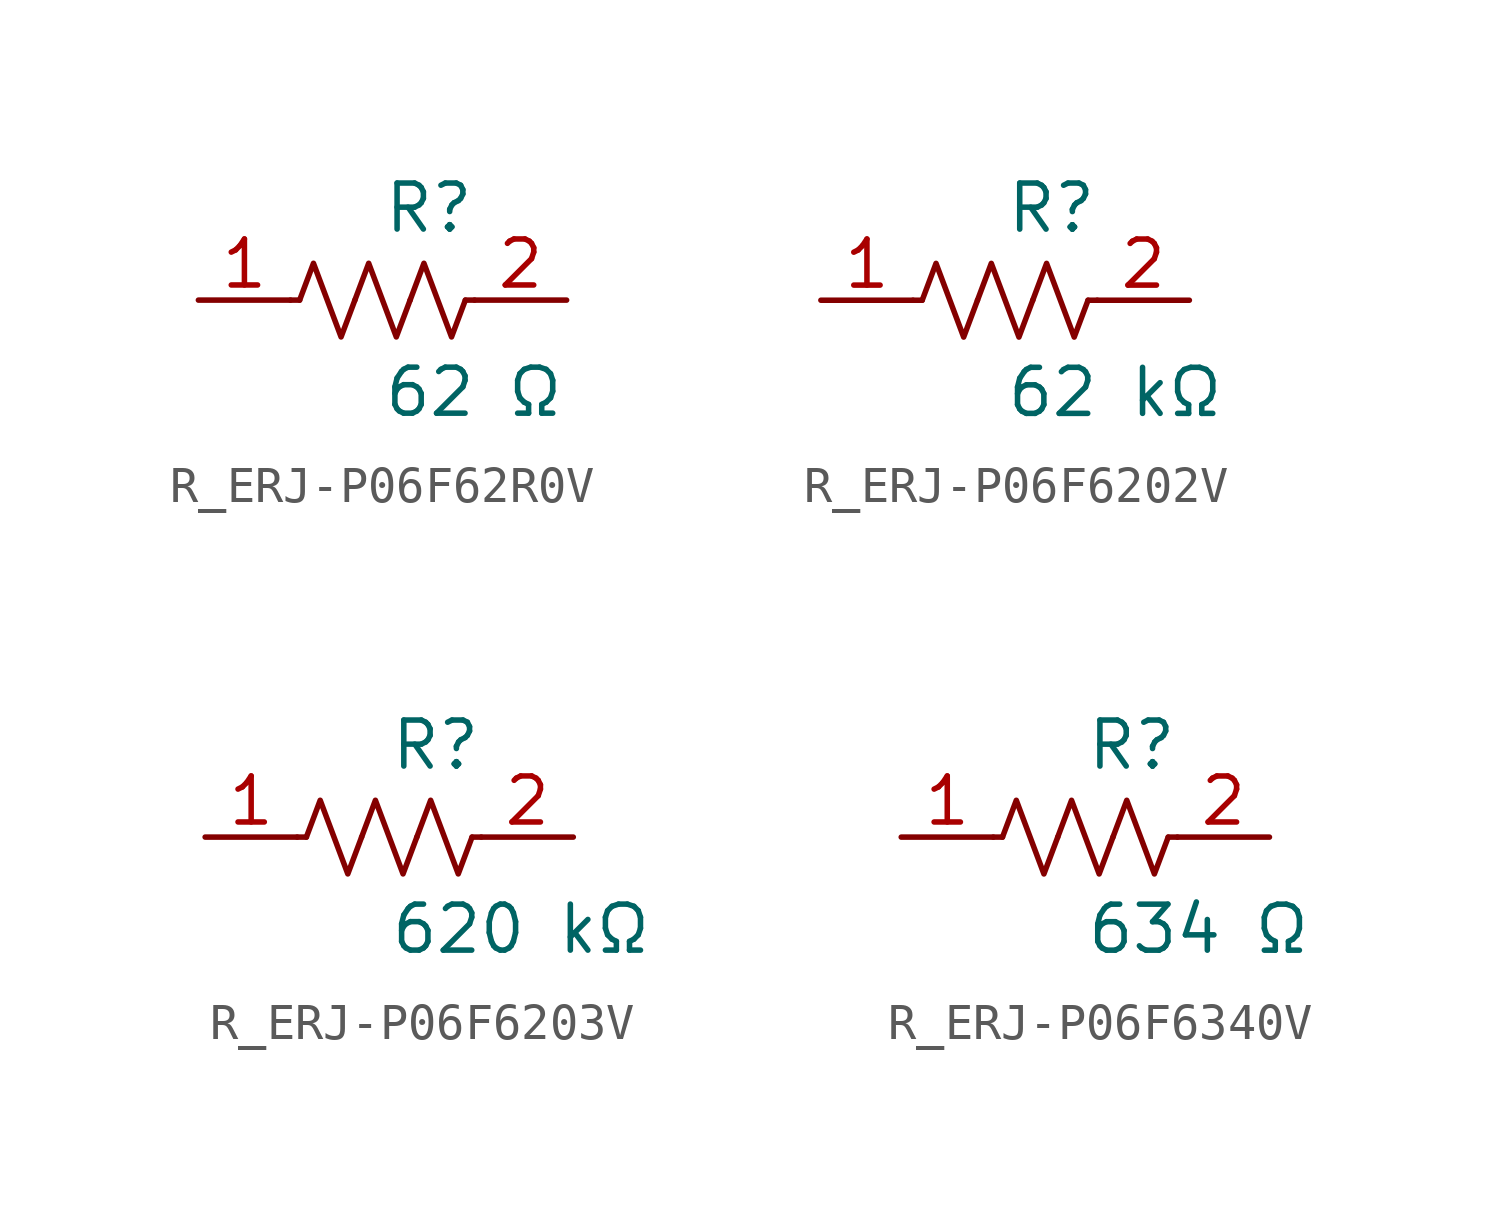
<source format=kicad_sym>
(kicad_symbol_lib
  (version 20231120)
  (generator kicad_symbol_editor)
  (generator_version 8.0)
  (symbol "R_ERJ-P06F62R0V"
    (pin_names
      (offset 0.254))
    (property "Reference" "R"
      (at 0.0 2.54 0)
      (effects (font (size 1.27 1.27)) (justify left)))
    (property "Value" "62 Ω"
      (at 0.0 -2.54 0)
      (effects (font (size 1.27 1.27)) (justify left)))
    (symbol "R_ERJ-P06F62R0V_0_1"
      (polyline (pts (xy 2.286 0) (xy 2.54 0)) (stroke (width 0) (type default)) (fill (type none)))
      (polyline (pts (xy -2.286 0) (xy -2.54 0)) (stroke (width 0) (type default)) (fill (type none)))
      (polyline (pts (xy 0.762 0) (xy 1.143 1.016) (xy 1.524 0) (xy 1.905 -1.016) (xy 2.286 0)) (stroke (width 0) (type default)) (fill (type none)))
      (polyline (pts (xy -0.762 0) (xy -0.381 1.016) (xy 0 0) (xy 0.381 -1.016) (xy 0.762 0)) (stroke (width 0) (type default)) (fill (type none)))
      (polyline (pts (xy -2.286 0) (xy -1.905 1.016) (xy -1.524 0) (xy -1.143 -1.016) (xy -0.762 0)) (stroke (width 0) (type default)) (fill (type none))))
    (pin unspecified line
      (at -5.08 0 0)
      (length 2.54)
      (name "" (effects (font (size 1.27 1.27))))
      (number "1" (effects (font (size 1.27 1.27)))))
    (pin unspecified line
      (at 5.08 0 180)
      (length 2.54)
      (name "" (effects (font (size 1.27 1.27))))
      (number "2" (effects (font (size 1.27 1.27))))))
  (symbol "R_ERJ-P06F6202V"
    (pin_names
      (offset 0.254))
    (property "Reference" "R"
      (at 0.0 2.54 0)
      (effects (font (size 1.27 1.27)) (justify left)))
    (property "Value" "62 kΩ"
      (at 0.0 -2.54 0)
      (effects (font (size 1.27 1.27)) (justify left)))
    (symbol "R_ERJ-P06F6202V_0_1"
      (polyline (pts (xy 2.286 0) (xy 2.54 0)) (stroke (width 0) (type default)) (fill (type none)))
      (polyline (pts (xy -2.286 0) (xy -2.54 0)) (stroke (width 0) (type default)) (fill (type none)))
      (polyline (pts (xy 0.762 0) (xy 1.143 1.016) (xy 1.524 0) (xy 1.905 -1.016) (xy 2.286 0)) (stroke (width 0) (type default)) (fill (type none)))
      (polyline (pts (xy -0.762 0) (xy -0.381 1.016) (xy 0 0) (xy 0.381 -1.016) (xy 0.762 0)) (stroke (width 0) (type default)) (fill (type none)))
      (polyline (pts (xy -2.286 0) (xy -1.905 1.016) (xy -1.524 0) (xy -1.143 -1.016) (xy -0.762 0)) (stroke (width 0) (type default)) (fill (type none))))
    (pin unspecified line
      (at -5.08 0 0)
      (length 2.54)
      (name "" (effects (font (size 1.27 1.27))))
      (number "1" (effects (font (size 1.27 1.27)))))
    (pin unspecified line
      (at 5.08 0 180)
      (length 2.54)
      (name "" (effects (font (size 1.27 1.27))))
      (number "2" (effects (font (size 1.27 1.27))))))
  (symbol "R_ERJ-P06F6203V"
    (pin_names
      (offset 0.254))
    (property "Reference" "R"
      (at 0.0 2.54 0)
      (effects (font (size 1.27 1.27)) (justify left)))
    (property "Value" "620 kΩ"
      (at 0.0 -2.54 0)
      (effects (font (size 1.27 1.27)) (justify left)))
    (symbol "R_ERJ-P06F6203V_0_1"
      (polyline (pts (xy 2.286 0) (xy 2.54 0)) (stroke (width 0) (type default)) (fill (type none)))
      (polyline (pts (xy -2.286 0) (xy -2.54 0)) (stroke (width 0) (type default)) (fill (type none)))
      (polyline (pts (xy 0.762 0) (xy 1.143 1.016) (xy 1.524 0) (xy 1.905 -1.016) (xy 2.286 0)) (stroke (width 0) (type default)) (fill (type none)))
      (polyline (pts (xy -0.762 0) (xy -0.381 1.016) (xy 0 0) (xy 0.381 -1.016) (xy 0.762 0)) (stroke (width 0) (type default)) (fill (type none)))
      (polyline (pts (xy -2.286 0) (xy -1.905 1.016) (xy -1.524 0) (xy -1.143 -1.016) (xy -0.762 0)) (stroke (width 0) (type default)) (fill (type none))))
    (pin unspecified line
      (at -5.08 0 0)
      (length 2.54)
      (name "" (effects (font (size 1.27 1.27))))
      (number "1" (effects (font (size 1.27 1.27)))))
    (pin unspecified line
      (at 5.08 0 180)
      (length 2.54)
      (name "" (effects (font (size 1.27 1.27))))
      (number "2" (effects (font (size 1.27 1.27))))))
  (symbol "R_ERJ-P06F6340V"
    (pin_names
      (offset 0.254))
    (property "Reference" "R"
      (at 0.0 2.54 0)
      (effects (font (size 1.27 1.27)) (justify left)))
    (property "Value" "634 Ω"
      (at 0.0 -2.54 0)
      (effects (font (size 1.27 1.27)) (justify left)))
    (symbol "R_ERJ-P06F6340V_0_1"
      (polyline (pts (xy 2.286 0) (xy 2.54 0)) (stroke (width 0) (type default)) (fill (type none)))
      (polyline (pts (xy -2.286 0) (xy -2.54 0)) (stroke (width 0) (type default)) (fill (type none)))
      (polyline (pts (xy 0.762 0) (xy 1.143 1.016) (xy 1.524 0) (xy 1.905 -1.016) (xy 2.286 0)) (stroke (width 0) (type default)) (fill (type none)))
      (polyline (pts (xy -0.762 0) (xy -0.381 1.016) (xy 0 0) (xy 0.381 -1.016) (xy 0.762 0)) (stroke (width 0) (type default)) (fill (type none)))
      (polyline (pts (xy -2.286 0) (xy -1.905 1.016) (xy -1.524 0) (xy -1.143 -1.016) (xy -0.762 0)) (stroke (width 0) (type default)) (fill (type none))))
    (pin unspecified line
      (at -5.08 0 0)
      (length 2.54)
      (name "" (effects (font (size 1.27 1.27))))
      (number "1" (effects (font (size 1.27 1.27)))))
    (pin unspecified line
      (at 5.08 0 180)
      (length 2.54)
      (name "" (effects (font (size 1.27 1.27))))
      (number "2" (effects (font (size 1.27 1.27)))))))
</source>
